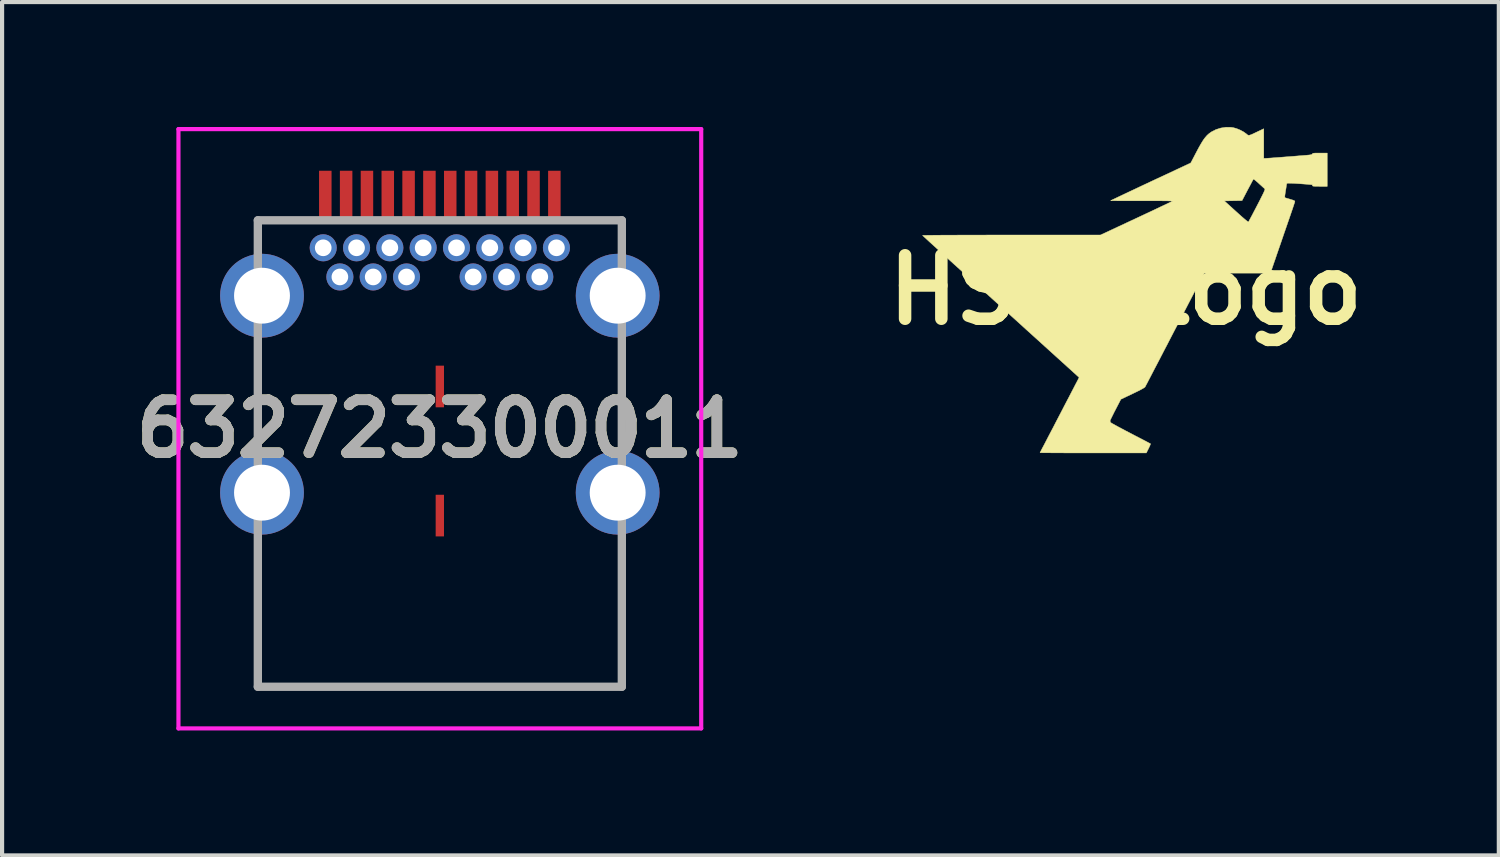
<source format=kicad_pcb>
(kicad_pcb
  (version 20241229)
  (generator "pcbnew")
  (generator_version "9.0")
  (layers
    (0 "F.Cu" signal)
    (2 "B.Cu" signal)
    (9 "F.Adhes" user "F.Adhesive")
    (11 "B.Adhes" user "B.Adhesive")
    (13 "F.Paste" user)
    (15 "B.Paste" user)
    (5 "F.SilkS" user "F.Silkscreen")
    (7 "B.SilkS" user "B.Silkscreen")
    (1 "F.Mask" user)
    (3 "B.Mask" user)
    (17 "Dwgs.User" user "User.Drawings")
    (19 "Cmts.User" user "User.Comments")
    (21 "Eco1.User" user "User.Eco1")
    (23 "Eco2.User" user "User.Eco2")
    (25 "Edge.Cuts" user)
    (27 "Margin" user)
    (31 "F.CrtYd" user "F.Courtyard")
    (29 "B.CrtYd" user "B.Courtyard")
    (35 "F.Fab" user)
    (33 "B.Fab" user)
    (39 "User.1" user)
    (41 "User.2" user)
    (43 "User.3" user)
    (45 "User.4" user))
  (footprint "632723300011"
    (layer "F.Cu")
    (at 7.511 7.545)
    (property "Reference" "632723300011" (at 0 -0.3 0) (layer "F.SilkS") (effects (font (size 1.27 1.27) (thickness 0.254))))
    (attr through_hole)
    (fp_line (start -4.37 -5.305) (end -3.5 -5.305) (stroke (width 0.1) (type solid)) (layer "F.SilkS"))
    (fp_line (start -4.37 -4.805) (end -4.37 -5.305) (stroke (width 0.1) (type solid)) (layer "F.SilkS"))
    (fp_line (start -4.37 -0.305) (end -4.37 -1.805) (stroke (width 0.1) (type solid)) (layer "F.SilkS"))
    (fp_line (start -4.37 2.695) (end -4.37 5.895) (stroke (width 0.1) (type solid)) (layer "F.SilkS"))
    (fp_line (start -4.37 5.895) (end 4.37 5.895) (stroke (width 0.1) (type solid)) (layer "F.SilkS"))
    (fp_line (start 4.37 -5.305) (end 3.5 -5.305) (stroke (width 0.1) (type solid)) (layer "F.SilkS"))
    (fp_line (start 4.37 -4.805) (end 4.37 -5.305) (stroke (width 0.1) (type solid)) (layer "F.SilkS"))
    (fp_line (start 4.37 -0.305) (end 4.37 -1.805) (stroke (width 0.1) (type solid)) (layer "F.SilkS"))
    (fp_line (start 4.37 5.895) (end 4.37 2.695) (stroke (width 0.1) (type solid)) (layer "F.SilkS"))
    (fp_line (start -6.276 -7.495) (end 6.276 -7.495) (stroke (width 0.1) (type solid)) (layer "F.CrtYd"))
    (fp_line (start -6.276 6.895) (end -6.276 -7.495) (stroke (width 0.1) (type solid)) (layer "F.CrtYd"))
    (fp_line (start 6.276 -7.495) (end 6.276 6.895) (stroke (width 0.1) (type solid)) (layer "F.CrtYd"))
    (fp_line (start 6.276 6.895) (end -6.276 6.895) (stroke (width 0.1) (type solid)) (layer "F.CrtYd"))
    (fp_line (start -4.37 -5.305) (end 4.37 -5.305) (stroke (width 0.2) (type solid)) (layer "F.Fab"))
    (fp_line (start -4.37 5.895) (end -4.37 -5.305) (stroke (width 0.2) (type solid)) (layer "F.Fab"))
    (fp_line (start 4.37 -5.305) (end 4.37 5.895) (stroke (width 0.2) (type solid)) (layer "F.Fab"))
    (fp_line (start 4.37 5.895) (end -4.37 5.895) (stroke (width 0.2) (type solid)) (layer "F.Fab"))
    (fp_text user "${REFERENCE}" (at 0 -0.3 0) (layer "F.Fab") (effects (font (size 1.27 1.27) (thickness 0.254))))
    (pad "1" thru_hole circle (at 2 -4.645) (size 0.65 0.65) (drill 0.4) (layers "*.Cu" "*.Mask"))
    (pad "2" thru_hole circle (at -2 -4.645) (size 0.65 0.65) (drill 0.4) (layers "*.Cu" "*.Mask"))
    (pad "3" thru_hole circle (at 4.27 -3.495) (size 2.012 2.012) (drill 1.342) (layers "*.Cu" "*.Mask"))
    (pad "4" thru_hole circle (at -4.27 -3.495) (size 2.012 2.012) (drill 1.342) (layers "*.Cu" "*.Mask"))
    (pad "5" thru_hole circle (at 4.27 1.235) (size 2.012 2.012) (drill 1.342) (layers "*.Cu" "*.Mask"))
    (pad "6" thru_hole circle (at -4.27 1.235) (size 2.012 2.012) (drill 1.342) (layers "*.Cu" "*.Mask"))
    (pad "7" smd rect (at 0 -1.315) (size 0.2 1) (layers "F.Cu" "F.Mask" "F.Paste"))
    (pad "8" smd rect (at 0 1.785) (size 0.2 1) (layers "F.Cu" "F.Mask" "F.Paste"))
    (pad "A1" smd rect (at -2.75 -5.895) (size 0.3 1.2) (layers "F.Cu" "F.Mask" "F.Paste"))
    (pad "A2" smd rect (at -2.25 -5.895) (size 0.3 1.2) (layers "F.Cu" "F.Mask" "F.Paste"))
    (pad "A3" smd rect (at -1.75 -5.895) (size 0.3 1.2) (layers "F.Cu" "F.Mask" "F.Paste"))
    (pad "A4" smd rect (at -1.25 -5.895) (size 0.3 1.2) (layers "F.Cu" "F.Mask" "F.Paste"))
    (pad "A5" smd rect (at -0.75 -5.895) (size 0.3 1.2) (layers "F.Cu" "F.Mask" "F.Paste"))
    (pad "A6" smd rect (at -0.25 -5.895) (size 0.3 1.2) (layers "F.Cu" "F.Mask" "F.Paste"))
    (pad "A7" smd rect (at 0.25 -5.895) (size 0.3 1.2) (layers "F.Cu" "F.Mask" "F.Paste"))
    (pad "A8" smd rect (at 0.75 -5.895) (size 0.3 1.2) (layers "F.Cu" "F.Mask" "F.Paste"))
    (pad "A9" smd rect (at 1.25 -5.895) (size 0.3 1.2) (layers "F.Cu" "F.Mask" "F.Paste"))
    (pad "A10" smd rect (at 1.75 -5.895) (size 0.3 1.2) (layers "F.Cu" "F.Mask" "F.Paste"))
    (pad "A11" smd rect (at 2.25 -5.895) (size 0.3 1.2) (layers "F.Cu" "F.Mask" "F.Paste"))
    (pad "A12" smd rect (at 2.75 -5.895) (size 0.3 1.2) (layers "F.Cu" "F.Mask" "F.Paste"))
    (pad "B1" thru_hole circle (at 2.8 -4.645) (size 0.65 0.65) (drill 0.4) (layers "*.Cu" "*.Mask"))
    (pad "B2" thru_hole circle (at 2.4 -3.945) (size 0.65 0.65) (drill 0.4) (layers "*.Cu" "*.Mask"))
    (pad "B3" thru_hole circle (at 1.6 -3.945) (size 0.65 0.65) (drill 0.4) (layers "*.Cu" "*.Mask"))
    (pad "B4" thru_hole circle (at 1.2 -4.645) (size 0.65 0.65) (drill 0.4) (layers "*.Cu" "*.Mask"))
    (pad "B5" thru_hole circle (at 0.8 -3.945) (size 0.65 0.65) (drill 0.4) (layers "*.Cu" "*.Mask"))
    (pad "B6" thru_hole circle (at 0.4 -4.645) (size 0.65 0.65) (drill 0.4) (layers "*.Cu" "*.Mask"))
    (pad "B7" thru_hole circle (at -0.4 -4.645) (size 0.65 0.65) (drill 0.4) (layers "*.Cu" "*.Mask"))
    (pad "B8" thru_hole circle (at -0.8 -3.945) (size 0.65 0.65) (drill 0.4) (layers "*.Cu" "*.Mask"))
    (pad "B9" thru_hole circle (at -1.2 -4.645) (size 0.65 0.65) (drill 0.4) (layers "*.Cu" "*.Mask"))
    (pad "B10" thru_hole circle (at -1.6 -3.945) (size 0.65 0.65) (drill 0.4) (layers "*.Cu" "*.Mask"))
    (pad "B11" thru_hole circle (at -2.4 -3.945) (size 0.65 0.65) (drill 0.4) (layers "*.Cu" "*.Mask"))
    (pad "B12" thru_hole circle (at -2.8 -4.645) (size 0.65 0.65) (drill 0.4) (layers "*.Cu" "*.Mask")))
  (footprint "HSW_Logo"
    (layer "F.Cu")
    (at 23.98 3.914)
    (property "Reference" "HSW_Logo" (at 0 0 0) (layer "F.SilkS") (effects (font (size 1.524 1.524) (thickness 0.3))))
    (attr through_hole)
    (fp_poly (pts (xy 2.529 -3.907) (xy 2.58 -3.9) (xy 2.66 -3.878) (xy 2.745 -3.843) (xy 2.825 -3.801) (xy 2.89 -3.755) (xy 2.893 -3.753) (xy 2.914 -3.735) (xy 2.931 -3.722) (xy 2.948 -3.716) (xy 2.97 -3.717) (xy 2.999 -3.726) (xy 3.041 -3.743) (xy 3.098 -3.77) (xy 3.165 -3.802) (xy 3.315 -3.873) (xy 3.315 -3.162) (xy 3.355 -3.162) (xy 3.377 -3.163) (xy 3.422 -3.166) (xy 3.485 -3.17) (xy 3.563 -3.176) (xy 3.653 -3.183) (xy 3.751 -3.19) (xy 3.853 -3.198) (xy 3.957 -3.206) (xy 4.059 -3.214) (xy 4.155 -3.222) (xy 4.242 -3.229) (xy 4.317 -3.235) (xy 4.376 -3.24) (xy 4.416 -3.244) (xy 4.429 -3.246) (xy 4.468 -3.255) (xy 4.483 -3.269) (xy 4.483 -3.271) (xy 4.487 -3.278) (xy 4.502 -3.284) (xy 4.53 -3.287) (xy 4.577 -3.289) (xy 4.644 -3.289) (xy 4.661 -3.289) (xy 4.839 -3.289) (xy 4.839 -2.489) (xy 4.661 -2.489) (xy 4.589 -2.49) (xy 4.539 -2.491) (xy 4.507 -2.494) (xy 4.49 -2.498) (xy 4.483 -2.505) (xy 4.483 -2.508) (xy 4.481 -2.525) (xy 4.48 -2.528) (xy 4.412 -2.534) (xy 4.336 -2.541) (xy 4.254 -2.547) (xy 4.171 -2.553) (xy 4.091 -2.558) (xy 4.018 -2.562) (xy 3.956 -2.564) (xy 3.908 -2.565) (xy 3.879 -2.564) (xy 3.872 -2.563) (xy 3.865 -2.543) (xy 3.858 -2.508) (xy 3.856 -2.491) (xy 3.85 -2.449) (xy 3.841 -2.394) (xy 3.832 -2.335) (xy 3.83 -2.326) (xy 3.822 -2.27) (xy 3.82 -2.235) (xy 3.824 -2.218) (xy 3.827 -2.216) (xy 3.845 -2.211) (xy 3.881 -2.2) (xy 3.929 -2.186) (xy 3.954 -2.178) (xy 4.007 -2.162) (xy 4.04 -2.15) (xy 4.057 -2.139) (xy 4.062 -2.128) (xy 4.06 -2.117) (xy 4.055 -2.1) (xy 4.042 -2.061) (xy 4.023 -2.003) (xy 3.998 -1.928) (xy 3.968 -1.84) (xy 3.934 -1.741) (xy 3.896 -1.632) (xy 3.861 -1.53) (xy 3.795 -1.339) (xy 3.735 -1.163) (xy 3.68 -1.004) (xy 3.631 -0.863) (xy 3.589 -0.739) (xy 3.553 -0.636) (xy 3.525 -0.553) (xy 3.504 -0.492) (xy 3.491 -0.454) (xy 3.489 -0.448) (xy 3.476 -0.406) (xy 1.886 -0.406) (xy 1.182 0.95) (xy 1.092 1.123) (xy 1.006 1.29) (xy 0.922 1.45) (xy 0.844 1.601) (xy 0.771 1.742) (xy 0.703 1.871) (xy 0.643 1.987) (xy 0.59 2.089) (xy 0.545 2.175) (xy 0.51 2.243) (xy 0.483 2.293) (xy 0.468 2.322) (xy 0.463 2.33) (xy 0.447 2.343) (xy 0.411 2.365) (xy 0.358 2.394) (xy 0.29 2.429) (xy 0.21 2.468) (xy 0.166 2.489) (xy -0.116 2.623) (xy -0.241 2.864) (xy -0.279 2.937) (xy -0.312 3.004) (xy -0.34 3.061) (xy -0.361 3.104) (xy -0.373 3.129) (xy -0.374 3.133) (xy -0.372 3.164) (xy -0.356 3.185) (xy -0.339 3.196) (xy -0.302 3.217) (xy -0.248 3.247) (xy -0.179 3.285) (xy -0.097 3.328) (xy -0.006 3.377) (xy 0.093 3.428) (xy 0.131 3.448) (xy 0.23 3.5) (xy 0.323 3.548) (xy 0.406 3.591) (xy 0.477 3.628) (xy 0.533 3.658) (xy 0.573 3.679) (xy 0.594 3.69) (xy 0.596 3.692) (xy 0.594 3.704) (xy 0.581 3.735) (xy 0.562 3.777) (xy 0.549 3.804) (xy 0.495 3.912) (xy -0.781 3.912) (xy -0.959 3.912) (xy -1.129 3.911) (xy -1.29 3.911) (xy -1.441 3.911) (xy -1.579 3.91) (xy -1.703 3.91) (xy -1.811 3.909) (xy -1.902 3.909) (xy -1.974 3.908) (xy -2.024 3.907) (xy -2.052 3.907) (xy -2.057 3.906) (xy -2.052 3.893) (xy -2.037 3.864) (xy -2.021 3.833) (xy -2.003 3.798) (xy -1.975 3.746) (xy -1.942 3.683) (xy -1.907 3.615) (xy -1.889 3.581) (xy -1.865 3.534) (xy -1.83 3.467) (xy -1.786 3.383) (xy -1.735 3.286) (xy -1.679 3.177) (xy -1.619 3.062) (xy -1.556 2.941) (xy -1.493 2.819) (xy -1.477 2.788) (xy -1.416 2.671) (xy -1.358 2.561) (xy -1.305 2.458) (xy -1.257 2.366) (xy -1.216 2.286) (xy -1.182 2.222) (xy -1.157 2.174) (xy -1.142 2.145) (xy -1.139 2.139) (xy -1.119 2.099) (xy -2.226 1.096) (xy -2.389 0.949) (xy -2.559 0.794) (xy -2.735 0.635) (xy -2.914 0.473) (xy -3.094 0.31) (xy -3.271 0.15) (xy -3.443 -0.006) (xy -3.608 -0.156) (xy -3.764 -0.297) (xy -3.907 -0.427) (xy -4.036 -0.543) (xy -4.104 -0.604) (xy -4.222 -0.712) (xy -4.336 -0.815) (xy -4.442 -0.912) (xy -4.54 -1.001) (xy -4.628 -1.081) (xy -4.706 -1.152) (xy -4.77 -1.211) (xy -4.821 -1.258) (xy -4.857 -1.291) (xy -4.876 -1.309) (xy -4.878 -1.311) (xy -4.866 -1.312) (xy -4.83 -1.313) (xy -4.771 -1.314) (xy -4.691 -1.315) (xy -4.591 -1.316) (xy -4.471 -1.317) (xy -4.334 -1.318) (xy -4.181 -1.318) (xy -4.013 -1.319) (xy -3.831 -1.32) (xy -3.637 -1.32) (xy -3.432 -1.32) (xy -3.217 -1.321) (xy -2.994 -1.321) (xy -2.764 -1.321) (xy -2.745 -1.321) (xy -0.607 -1.321) (xy 0.252 -1.722) (xy 0.391 -1.787) (xy 0.523 -1.849) (xy 0.647 -1.907) (xy 0.76 -1.961) (xy 0.861 -2.009) (xy 0.949 -2.05) (xy 1.02 -2.084) (xy 1.075 -2.11) (xy 1.109 -2.128) (xy 1.123 -2.135) (xy 1.123 -2.135) (xy 1.113 -2.137) (xy 1.08 -2.139) (xy 1.035 -2.14) (xy 2.369 -2.14) (xy 2.653 -1.882) (xy 2.724 -1.818) (xy 2.789 -1.76) (xy 2.846 -1.711) (xy 2.893 -1.672) (xy 2.926 -1.646) (xy 2.944 -1.634) (xy 2.946 -1.634) (xy 2.954 -1.647) (xy 2.972 -1.681) (xy 2.999 -1.731) (xy 3.034 -1.796) (xy 3.074 -1.873) (xy 3.119 -1.959) (xy 3.156 -2.03) (xy 3.211 -2.136) (xy 3.254 -2.222) (xy 3.288 -2.289) (xy 3.313 -2.341) (xy 3.329 -2.378) (xy 3.339 -2.404) (xy 3.342 -2.421) (xy 3.34 -2.43) (xy 3.338 -2.431) (xy 3.323 -2.445) (xy 3.292 -2.472) (xy 3.252 -2.509) (xy 3.204 -2.552) (xy 3.197 -2.559) (xy 3.151 -2.6) (xy 3.112 -2.633) (xy 3.083 -2.656) (xy 3.069 -2.666) (xy 3.068 -2.666) (xy 3.063 -2.658) (xy 3.053 -2.639) (xy 3.035 -2.607) (xy 3.01 -2.559) (xy 2.976 -2.495) (xy 2.931 -2.411) (xy 2.884 -2.321) (xy 2.793 -2.147) (xy 2.369 -2.14) (xy 1.035 -2.14) (xy 1.025 -2.14) (xy 0.95 -2.141) (xy 0.858 -2.142) (xy 0.751 -2.143) (xy 0.629 -2.143) (xy 0.497 -2.143) (xy 0.385 -2.143) (xy 0.249 -2.143) (xy 0.122 -2.142) (xy 0.005 -2.142) (xy -0.1 -2.143) (xy -0.19 -2.143) (xy -0.264 -2.144) (xy -0.318 -2.144) (xy -0.352 -2.145) (xy -0.362 -2.147) (xy -0.35 -2.153) (xy -0.317 -2.169) (xy -0.264 -2.194) (xy -0.193 -2.228) (xy -0.106 -2.269) (xy -0.005 -2.317) (xy 0.109 -2.371) (xy 0.235 -2.43) (xy 0.37 -2.494) (xy 0.513 -2.561) (xy 0.602 -2.603) (xy 1.562 -3.052) (xy 1.705 -3.326) (xy 1.765 -3.438) (xy 1.818 -3.53) (xy 1.865 -3.605) (xy 1.91 -3.665) (xy 1.954 -3.715) (xy 2 -3.756) (xy 2.05 -3.792) (xy 2.059 -3.798) (xy 2.166 -3.853) (xy 2.284 -3.89) (xy 2.408 -3.909) (xy 2.529 -3.907)) (stroke (width 0.01) (type solid)) (fill yes) (layer "F.SilkS")))
  (gr_rect
    (start -3 -3)
    (end 32.939 17.49)
    (stroke (width 0.1) (type default))
    (fill no)
    (layer "Edge.Cuts")))
</source>
